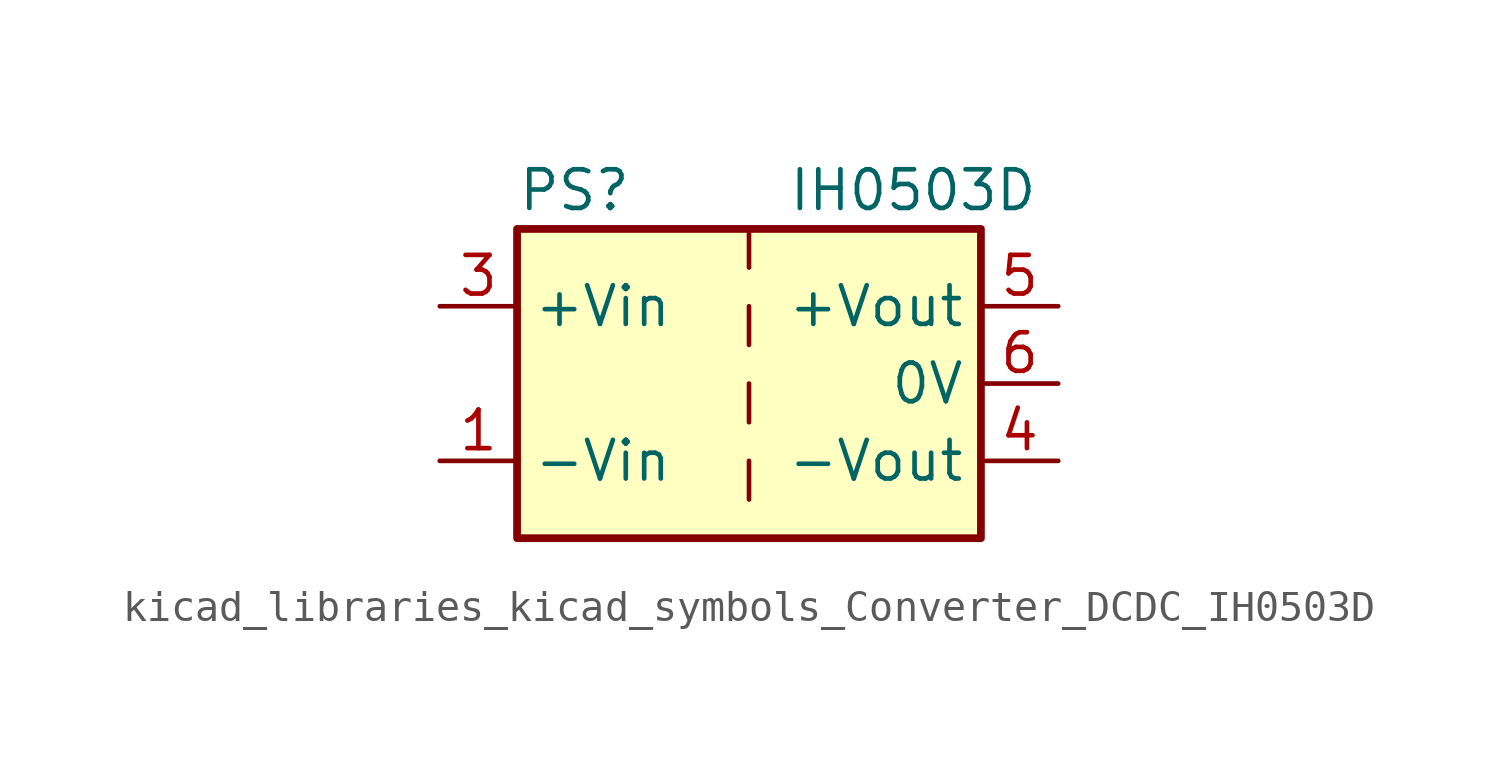
<source format=kicad_sym>
(kicad_symbol_lib
  (version 20220914)
  (generator kicad_symbol_editor)
  (symbol "kicad_libraries_kicad_symbols_Converter_DCDC_IH0503D"
    (property "Reference" "PS"
      (at -7.62 6.35 0)
      (effects (font (size 1.27 1.27)) (justify left)))
    (property "Value" "IH0503D"
      (at 1.27 6.35 0)
      (effects (font (size 1.27 1.27)) (justify left)))
    (symbol "kicad_libraries_kicad_symbols_Converter_DCDC_IH0503D_0_0"
      (pin power_in line (at -10.16 -2.54 0) (length 2.54) (name "-Vin" (effects (font (size 1.27 1.27)))) (number "1" (effects (font (size 1.27 1.27)))))
      (pin power_in line (at -10.16 2.54 0) (length 2.54) (name "+Vin" (effects (font (size 1.27 1.27)))) (number "3" (effects (font (size 1.27 1.27)))))
      (pin power_out line (at 10.16 -2.54 180) (length 2.54) (name "-Vout" (effects (font (size 1.27 1.27)))) (number "4" (effects (font (size 1.27 1.27)))))
      (pin power_out line (at 10.16 2.54 180) (length 2.54) (name "+Vout" (effects (font (size 1.27 1.27)))) (number "5" (effects (font (size 1.27 1.27)))))
      (pin power_out line (at 10.16 0 180) (length 2.54) (name "0V" (effects (font (size 1.27 1.27)))) (number "6" (effects (font (size 1.27 1.27))))))
    (symbol "kicad_libraries_kicad_symbols_Converter_DCDC_IH0503D_0_1"
      (rectangle (start -7.62 5.08) (end 7.62 -5.08) (stroke (width 0.254) (type default)) (fill (type background)))
      (polyline (pts (xy 0 -2.54) (xy 0 -3.81)) (stroke (width 0) (type default)) (fill (type none)))
      (polyline (pts (xy 0 0) (xy 0 -1.27)) (stroke (width 0) (type default)) (fill (type none)))
      (polyline (pts (xy 0 2.54) (xy 0 1.27)) (stroke (width 0) (type default)) (fill (type none)))
      (polyline (pts (xy 0 5.08) (xy 0 3.81)) (stroke (width 0) (type default)) (fill (type none))))
    (symbol "kicad_libraries_kicad_symbols_Converter_DCDC_IH0503D_1_1"
      (pin no_connect line (at 0 -5.08 90) (length 2.54) hide (name "NC" (effects (font (size 1.27 1.27)))) (number "2" (effects (font (size 1.27 1.27))))))))
</source>
